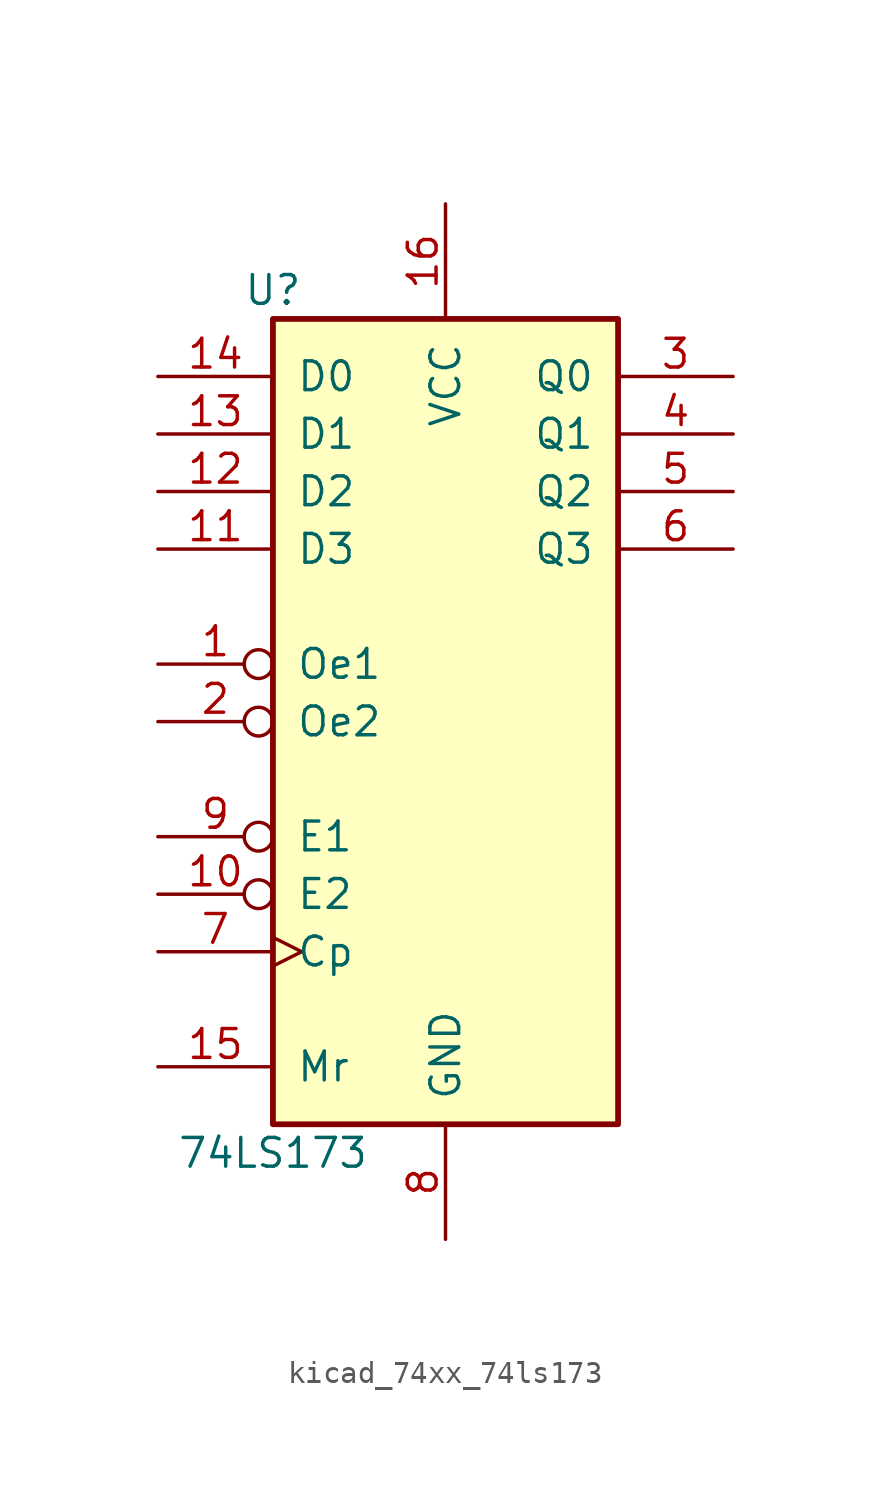
<source format=kicad_sym>
(kicad_symbol_lib
  (version 20220914)
  (generator kicad_symbol_editor)
  (symbol "kicad_74xx_74ls173"
    (pin_names
      (offset 1.016))
    (property "Reference" "U"
      (at -7.62 19.05 0)
      (effects (font (size 1.27 1.27))))
    (property "Value" "74LS173"
      (at -7.62 -19.05 0)
      (effects (font (size 1.27 1.27))))
    (property "ki_locked" ""
      (at 0 0 0)
      (effects (font (size 1.27 1.27))))
    (symbol "kicad_74xx_74ls173_1_0"
      (pin input inverted (at -12.7 2.54 0) (length 5.08) (name "Oe1" (effects (font (size 1.27 1.27)))) (number "1" (effects (font (size 1.27 1.27)))))
      (pin input inverted (at -12.7 -7.62 0) (length 5.08) (name "E2" (effects (font (size 1.27 1.27)))) (number "10" (effects (font (size 1.27 1.27)))))
      (pin input line (at -12.7 7.62 0) (length 5.08) (name "D3" (effects (font (size 1.27 1.27)))) (number "11" (effects (font (size 1.27 1.27)))))
      (pin input line (at -12.7 10.16 0) (length 5.08) (name "D2" (effects (font (size 1.27 1.27)))) (number "12" (effects (font (size 1.27 1.27)))))
      (pin input line (at -12.7 12.7 0) (length 5.08) (name "D1" (effects (font (size 1.27 1.27)))) (number "13" (effects (font (size 1.27 1.27)))))
      (pin input line (at -12.7 15.24 0) (length 5.08) (name "D0" (effects (font (size 1.27 1.27)))) (number "14" (effects (font (size 1.27 1.27)))))
      (pin input line (at -12.7 -15.24 0) (length 5.08) (name "Mr" (effects (font (size 1.27 1.27)))) (number "15" (effects (font (size 1.27 1.27)))))
      (pin power_in line (at 0 22.86 270) (length 5.08) (name "VCC" (effects (font (size 1.27 1.27)))) (number "16" (effects (font (size 1.27 1.27)))))
      (pin input inverted (at -12.7 0 0) (length 5.08) (name "Oe2" (effects (font (size 1.27 1.27)))) (number "2" (effects (font (size 1.27 1.27)))))
      (pin tri_state line (at 12.7 15.24 180) (length 5.08) (name "Q0" (effects (font (size 1.27 1.27)))) (number "3" (effects (font (size 1.27 1.27)))))
      (pin tri_state line (at 12.7 12.7 180) (length 5.08) (name "Q1" (effects (font (size 1.27 1.27)))) (number "4" (effects (font (size 1.27 1.27)))))
      (pin tri_state line (at 12.7 10.16 180) (length 5.08) (name "Q2" (effects (font (size 1.27 1.27)))) (number "5" (effects (font (size 1.27 1.27)))))
      (pin tri_state line (at 12.7 7.62 180) (length 5.08) (name "Q3" (effects (font (size 1.27 1.27)))) (number "6" (effects (font (size 1.27 1.27)))))
      (pin input clock (at -12.7 -10.16 0) (length 5.08) (name "Cp" (effects (font (size 1.27 1.27)))) (number "7" (effects (font (size 1.27 1.27)))))
      (pin power_in line (at 0 -22.86 90) (length 5.08) (name "GND" (effects (font (size 1.27 1.27)))) (number "8" (effects (font (size 1.27 1.27)))))
      (pin input inverted (at -12.7 -5.08 0) (length 5.08) (name "E1" (effects (font (size 1.27 1.27)))) (number "9" (effects (font (size 1.27 1.27))))))
    (symbol "kicad_74xx_74ls173_1_1"
      (rectangle (start -7.62 17.78) (end 7.62 -17.78) (stroke (width 0.254) (type default)) (fill (type background))))))
</source>
